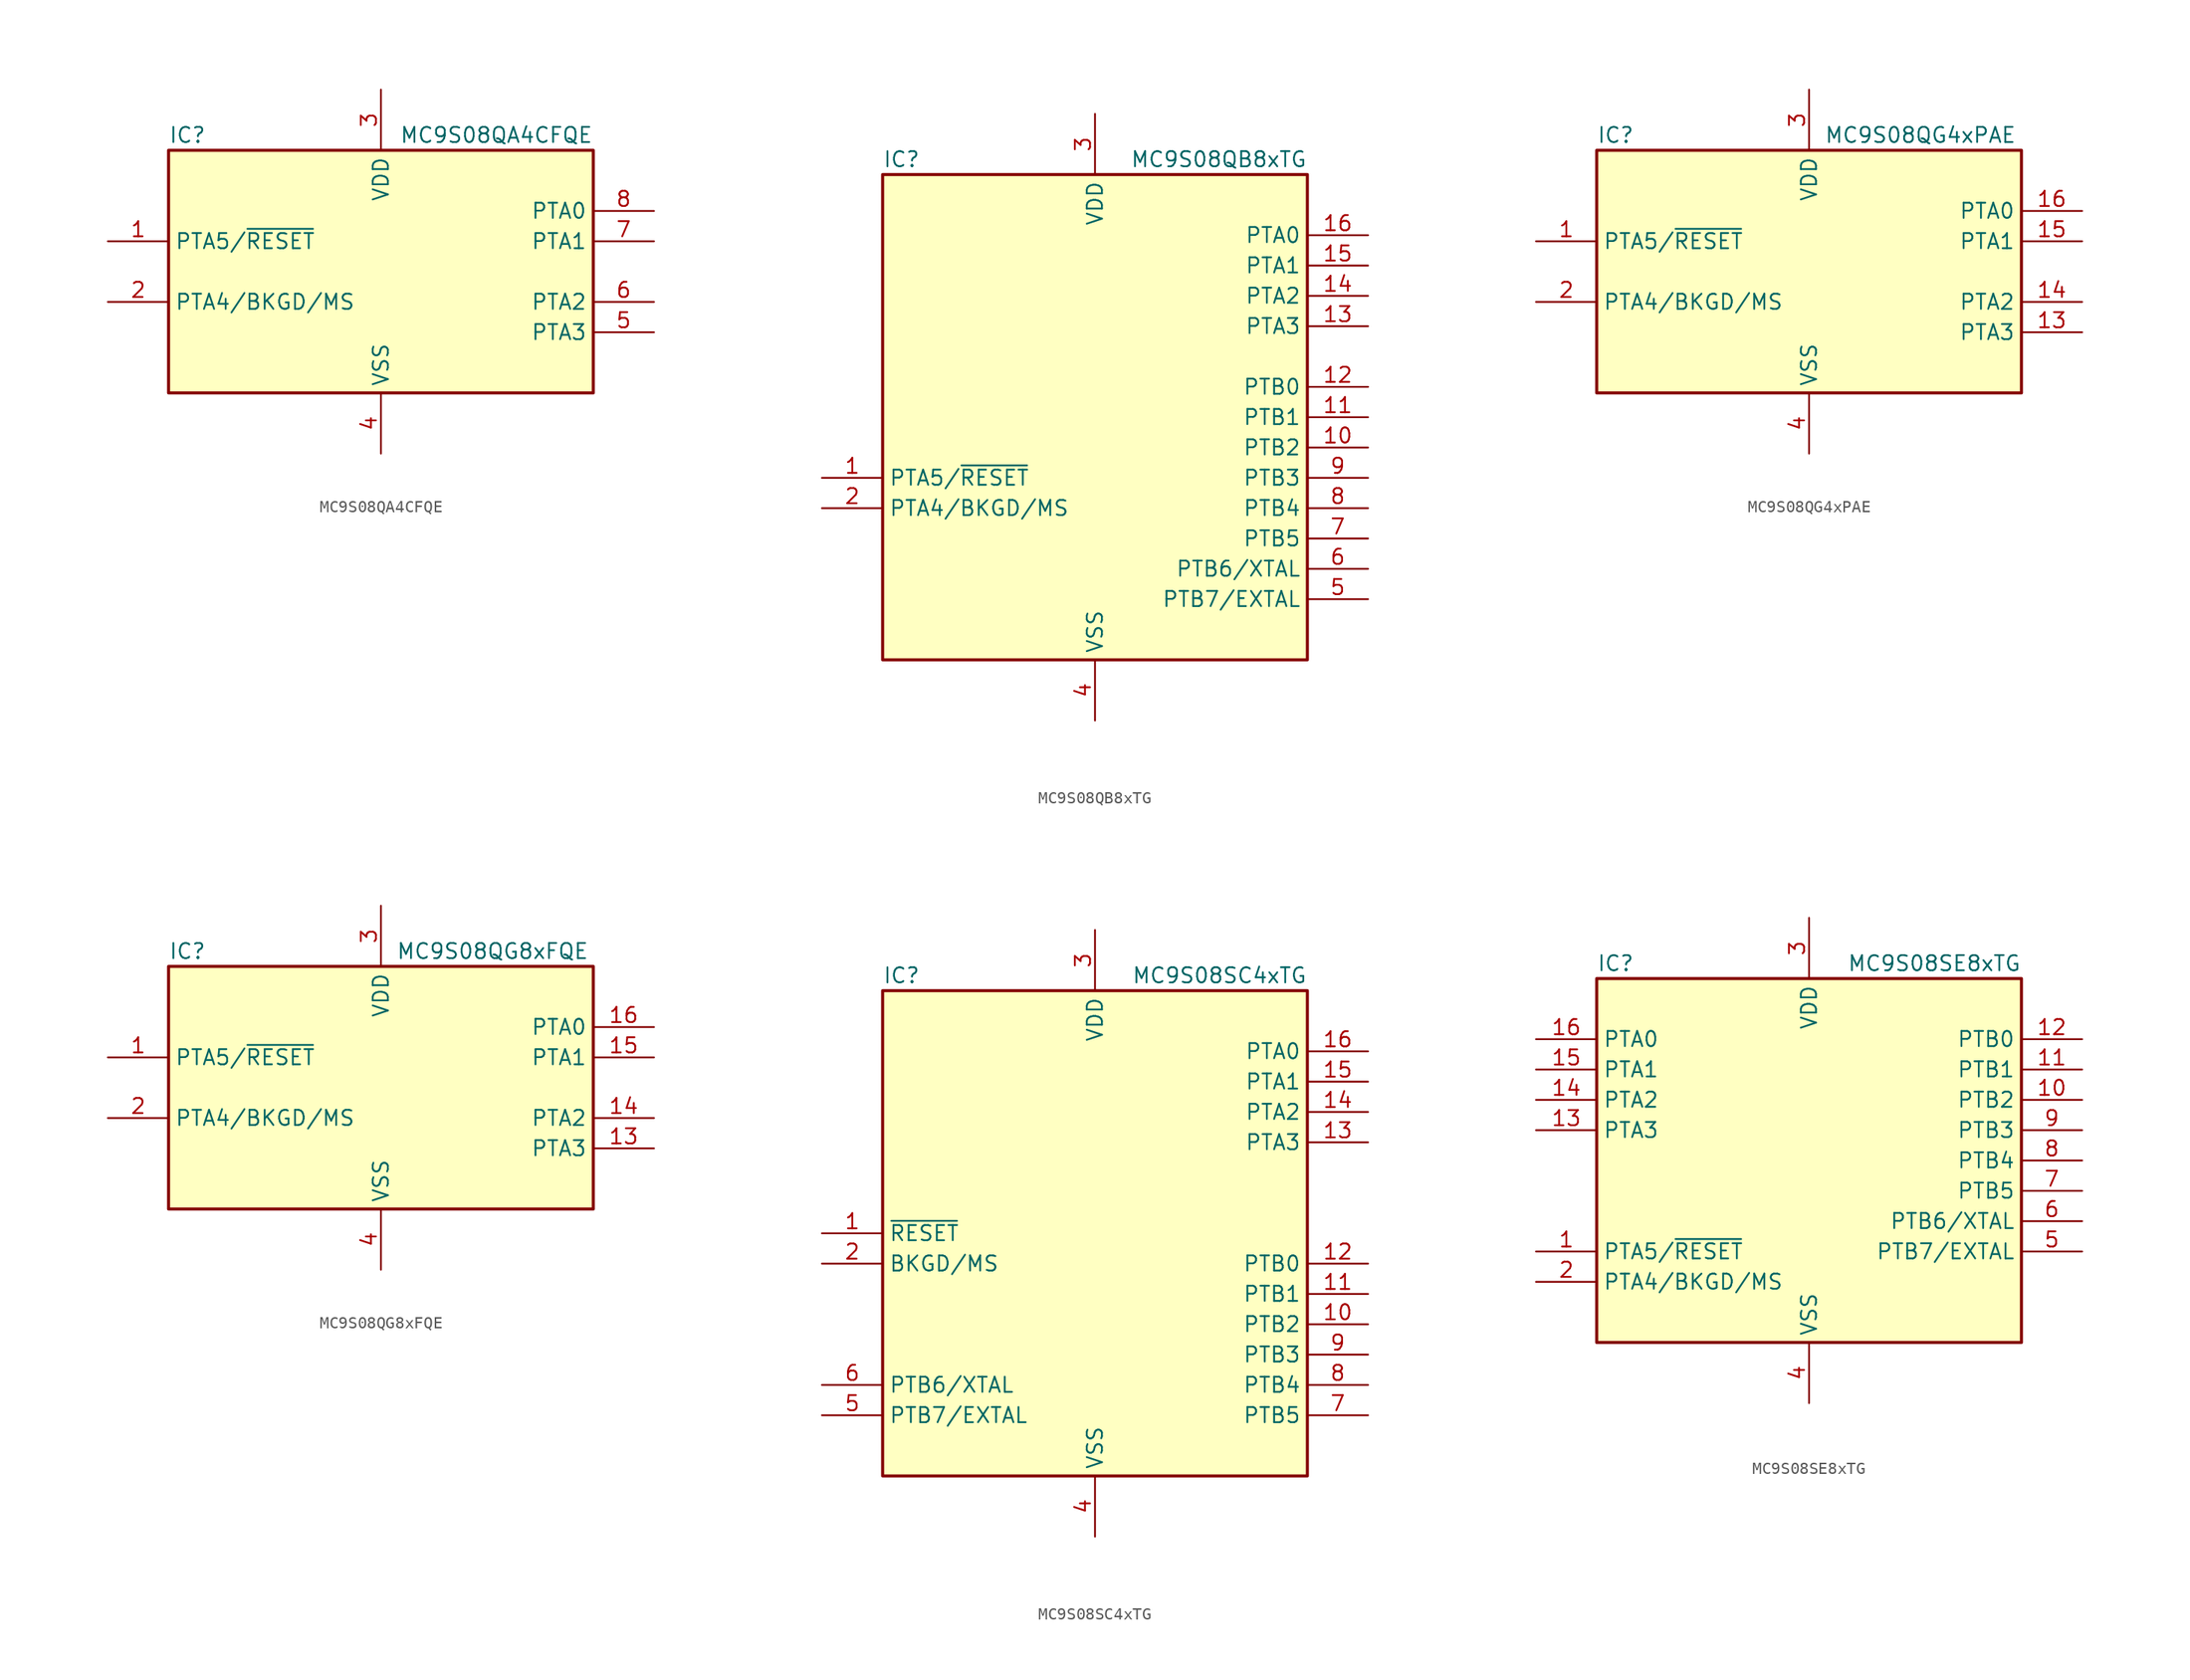
<source format=kicad_sym>
(kicad_symbol_lib
  (version 20201005)
  (generator kicad_symbol_editor)
  (symbol "MC9S08QA4CFQE"
    (property "Reference" "IC"
      (at -17.78 11.43 0)
      (effects (font (size 1.27 1.27)) (justify left)))
    (property "Value" "MC9S08QA4CFQE"
      (at 17.78 11.43 0)
      (effects (font (size 1.27 1.27)) (justify right)))
    (symbol "MC9S08QA4CFQE_0_1"
      (rectangle (start -17.78 10.16) (end 17.78 -10.16) (stroke (width 0.254)) (fill (type background))))
    (symbol "MC9S08QA4CFQE_1_1"
      (pin bidirectional line (at -22.86 2.54 0) (length 5.08) (name "PTA5/~RESET" (effects (font (size 1.27 1.27)))) (number "1" (effects (font (size 1.27 1.27)))))
      (pin bidirectional line (at -22.86 -2.54 0) (length 5.08) (name "PTA4/BKGD/MS" (effects (font (size 1.27 1.27)))) (number "2" (effects (font (size 1.27 1.27)))))
      (pin power_in line (at 0 15.24 270) (length 5.08) (name "VDD" (effects (font (size 1.27 1.27)))) (number "3" (effects (font (size 1.27 1.27)))))
      (pin power_in line (at 0 -15.24 90) (length 5.08) (name "VSS" (effects (font (size 1.27 1.27)))) (number "4" (effects (font (size 1.27 1.27)))))
      (pin bidirectional line (at 22.86 -5.08 180) (length 5.08) (name "PTA3" (effects (font (size 1.27 1.27)))) (number "5" (effects (font (size 1.27 1.27)))))
      (pin bidirectional line (at 22.86 -2.54 180) (length 5.08) (name "PTA2" (effects (font (size 1.27 1.27)))) (number "6" (effects (font (size 1.27 1.27)))))
      (pin bidirectional line (at 22.86 2.54 180) (length 5.08) (name "PTA1" (effects (font (size 1.27 1.27)))) (number "7" (effects (font (size 1.27 1.27)))))
      (pin bidirectional line (at 22.86 5.08 180) (length 5.08) (name "PTA0" (effects (font (size 1.27 1.27)))) (number "8" (effects (font (size 1.27 1.27)))))))
  (symbol "MC9S08QB8xTG"
    (property "Reference" "IC"
      (at -17.78 21.59 0)
      (effects (font (size 1.27 1.27)) (justify left)))
    (property "Value" "MC9S08QB8xTG"
      (at 17.78 21.59 0)
      (effects (font (size 1.27 1.27)) (justify right)))
    (symbol "MC9S08QB8xTG_0_1"
      (rectangle (start -17.78 20.32) (end 17.78 -20.32) (stroke (width 0.254)) (fill (type background))))
    (symbol "MC9S08QB8xTG_1_1"
      (pin bidirectional line (at -22.86 -5.08 0) (length 5.08) (name "PTA5/~RESET" (effects (font (size 1.27 1.27)))) (number "1" (effects (font (size 1.27 1.27)))))
      (pin bidirectional line (at 22.86 -2.54 180) (length 5.08) (name "PTB2" (effects (font (size 1.27 1.27)))) (number "10" (effects (font (size 1.27 1.27)))))
      (pin bidirectional line (at 22.86 0 180) (length 5.08) (name "PTB1" (effects (font (size 1.27 1.27)))) (number "11" (effects (font (size 1.27 1.27)))))
      (pin bidirectional line (at 22.86 2.54 180) (length 5.08) (name "PTB0" (effects (font (size 1.27 1.27)))) (number "12" (effects (font (size 1.27 1.27)))))
      (pin bidirectional line (at 22.86 7.62 180) (length 5.08) (name "PTA3" (effects (font (size 1.27 1.27)))) (number "13" (effects (font (size 1.27 1.27)))))
      (pin bidirectional line (at 22.86 10.16 180) (length 5.08) (name "PTA2" (effects (font (size 1.27 1.27)))) (number "14" (effects (font (size 1.27 1.27)))))
      (pin bidirectional line (at 22.86 12.7 180) (length 5.08) (name "PTA1" (effects (font (size 1.27 1.27)))) (number "15" (effects (font (size 1.27 1.27)))))
      (pin bidirectional line (at 22.86 15.24 180) (length 5.08) (name "PTA0" (effects (font (size 1.27 1.27)))) (number "16" (effects (font (size 1.27 1.27)))))
      (pin bidirectional line (at -22.86 -7.62 0) (length 5.08) (name "PTA4/BKGD/MS" (effects (font (size 1.27 1.27)))) (number "2" (effects (font (size 1.27 1.27)))))
      (pin power_in line (at 0 25.4 270) (length 5.08) (name "VDD" (effects (font (size 1.27 1.27)))) (number "3" (effects (font (size 1.27 1.27)))))
      (pin power_in line (at 0 -25.4 90) (length 5.08) (name "VSS" (effects (font (size 1.27 1.27)))) (number "4" (effects (font (size 1.27 1.27)))))
      (pin bidirectional line (at 22.86 -15.24 180) (length 5.08) (name "PTB7/EXTAL" (effects (font (size 1.27 1.27)))) (number "5" (effects (font (size 1.27 1.27)))))
      (pin bidirectional line (at 22.86 -12.7 180) (length 5.08) (name "PTB6/XTAL" (effects (font (size 1.27 1.27)))) (number "6" (effects (font (size 1.27 1.27)))))
      (pin bidirectional line (at 22.86 -10.16 180) (length 5.08) (name "PTB5" (effects (font (size 1.27 1.27)))) (number "7" (effects (font (size 1.27 1.27)))))
      (pin bidirectional line (at 22.86 -7.62 180) (length 5.08) (name "PTB4" (effects (font (size 1.27 1.27)))) (number "8" (effects (font (size 1.27 1.27)))))
      (pin bidirectional line (at 22.86 -5.08 180) (length 5.08) (name "PTB3" (effects (font (size 1.27 1.27)))) (number "9" (effects (font (size 1.27 1.27)))))))
  (symbol "MC9S08QG4xPAE"
    (property "Reference" "IC"
      (at -17.78 11.43 0)
      (effects (font (size 1.27 1.27)) (justify left)))
    (property "Value" "MC9S08QG4xPAE"
      (at 1.27 11.43 0)
      (effects (font (size 1.27 1.27)) (justify left)))
    (symbol "MC9S08QG4xPAE_0_1"
      (rectangle (start -17.78 10.16) (end 17.78 -10.16) (stroke (width 0.254)) (fill (type background))))
    (symbol "MC9S08QG4xPAE_1_1"
      (pin bidirectional line (at -22.86 2.54 0) (length 5.08) (name "PTA5/~RESET" (effects (font (size 1.27 1.27)))) (number "1" (effects (font (size 1.27 1.27)))))
      (pin bidirectional line (at 22.86 -5.08 180) (length 5.08) (name "PTA3" (effects (font (size 1.27 1.27)))) (number "13" (effects (font (size 1.27 1.27)))))
      (pin bidirectional line (at 22.86 -2.54 180) (length 5.08) (name "PTA2" (effects (font (size 1.27 1.27)))) (number "14" (effects (font (size 1.27 1.27)))))
      (pin bidirectional line (at 22.86 2.54 180) (length 5.08) (name "PTA1" (effects (font (size 1.27 1.27)))) (number "15" (effects (font (size 1.27 1.27)))))
      (pin bidirectional line (at 22.86 5.08 180) (length 5.08) (name "PTA0" (effects (font (size 1.27 1.27)))) (number "16" (effects (font (size 1.27 1.27)))))
      (pin bidirectional line (at -22.86 -2.54 0) (length 5.08) (name "PTA4/BKGD/MS" (effects (font (size 1.27 1.27)))) (number "2" (effects (font (size 1.27 1.27)))))
      (pin power_in line (at 0 15.24 270) (length 5.08) (name "VDD" (effects (font (size 1.27 1.27)))) (number "3" (effects (font (size 1.27 1.27)))))
      (pin power_in line (at 0 -15.24 90) (length 5.08) (name "VSS" (effects (font (size 1.27 1.27)))) (number "4" (effects (font (size 1.27 1.27)))))))
  (symbol "MC9S08QG8xFQE"
    (property "Reference" "IC"
      (at -17.78 11.43 0)
      (effects (font (size 1.27 1.27)) (justify left)))
    (property "Value" "MC9S08QG8xFQE"
      (at 1.27 11.43 0)
      (effects (font (size 1.27 1.27)) (justify left)))
    (symbol "MC9S08QG8xFQE_0_1"
      (rectangle (start -17.78 10.16) (end 17.78 -10.16) (stroke (width 0.254)) (fill (type background))))
    (symbol "MC9S08QG8xFQE_1_1"
      (pin bidirectional line (at -22.86 2.54 0) (length 5.08) (name "PTA5/~RESET" (effects (font (size 1.27 1.27)))) (number "1" (effects (font (size 1.27 1.27)))))
      (pin bidirectional line (at 22.86 -5.08 180) (length 5.08) (name "PTA3" (effects (font (size 1.27 1.27)))) (number "13" (effects (font (size 1.27 1.27)))))
      (pin bidirectional line (at 22.86 -2.54 180) (length 5.08) (name "PTA2" (effects (font (size 1.27 1.27)))) (number "14" (effects (font (size 1.27 1.27)))))
      (pin bidirectional line (at 22.86 2.54 180) (length 5.08) (name "PTA1" (effects (font (size 1.27 1.27)))) (number "15" (effects (font (size 1.27 1.27)))))
      (pin bidirectional line (at 22.86 5.08 180) (length 5.08) (name "PTA0" (effects (font (size 1.27 1.27)))) (number "16" (effects (font (size 1.27 1.27)))))
      (pin bidirectional line (at -22.86 -2.54 0) (length 5.08) (name "PTA4/BKGD/MS" (effects (font (size 1.27 1.27)))) (number "2" (effects (font (size 1.27 1.27)))))
      (pin power_in line (at 0 15.24 270) (length 5.08) (name "VDD" (effects (font (size 1.27 1.27)))) (number "3" (effects (font (size 1.27 1.27)))))
      (pin power_in line (at 0 -15.24 90) (length 5.08) (name "VSS" (effects (font (size 1.27 1.27)))) (number "4" (effects (font (size 1.27 1.27)))))))
  (symbol "MC9S08SC4xTG"
    (property "Reference" "IC"
      (at -17.78 21.59 0)
      (effects (font (size 1.27 1.27)) (justify left)))
    (property "Value" "MC9S08SC4xTG"
      (at 17.78 21.59 0)
      (effects (font (size 1.27 1.27)) (justify right)))
    (symbol "MC9S08SC4xTG_0_1"
      (rectangle (start -17.78 20.32) (end 17.78 -20.32) (stroke (width 0.254)) (fill (type background))))
    (symbol "MC9S08SC4xTG_1_1"
      (pin input line (at -22.86 0 0) (length 5.08) (name "~RESET" (effects (font (size 1.27 1.27)))) (number "1" (effects (font (size 1.27 1.27)))))
      (pin bidirectional line (at 22.86 -7.62 180) (length 5.08) (name "PTB2" (effects (font (size 1.27 1.27)))) (number "10" (effects (font (size 1.27 1.27)))))
      (pin bidirectional line (at 22.86 -5.08 180) (length 5.08) (name "PTB1" (effects (font (size 1.27 1.27)))) (number "11" (effects (font (size 1.27 1.27)))))
      (pin bidirectional line (at 22.86 -2.54 180) (length 5.08) (name "PTB0" (effects (font (size 1.27 1.27)))) (number "12" (effects (font (size 1.27 1.27)))))
      (pin bidirectional line (at 22.86 7.62 180) (length 5.08) (name "PTA3" (effects (font (size 1.27 1.27)))) (number "13" (effects (font (size 1.27 1.27)))))
      (pin bidirectional line (at 22.86 10.16 180) (length 5.08) (name "PTA2" (effects (font (size 1.27 1.27)))) (number "14" (effects (font (size 1.27 1.27)))))
      (pin bidirectional line (at 22.86 12.7 180) (length 5.08) (name "PTA1" (effects (font (size 1.27 1.27)))) (number "15" (effects (font (size 1.27 1.27)))))
      (pin bidirectional line (at 22.86 15.24 180) (length 5.08) (name "PTA0" (effects (font (size 1.27 1.27)))) (number "16" (effects (font (size 1.27 1.27)))))
      (pin bidirectional line (at -22.86 -2.54 0) (length 5.08) (name "BKGD/MS" (effects (font (size 1.27 1.27)))) (number "2" (effects (font (size 1.27 1.27)))))
      (pin power_in line (at 0 25.4 270) (length 5.08) (name "VDD" (effects (font (size 1.27 1.27)))) (number "3" (effects (font (size 1.27 1.27)))))
      (pin power_in line (at 0 -25.4 90) (length 5.08) (name "VSS" (effects (font (size 1.27 1.27)))) (number "4" (effects (font (size 1.27 1.27)))))
      (pin bidirectional line (at -22.86 -15.24 0) (length 5.08) (name "PTB7/EXTAL" (effects (font (size 1.27 1.27)))) (number "5" (effects (font (size 1.27 1.27)))))
      (pin bidirectional line (at -22.86 -12.7 0) (length 5.08) (name "PTB6/XTAL" (effects (font (size 1.27 1.27)))) (number "6" (effects (font (size 1.27 1.27)))))
      (pin bidirectional line (at 22.86 -15.24 180) (length 5.08) (name "PTB5" (effects (font (size 1.27 1.27)))) (number "7" (effects (font (size 1.27 1.27)))))
      (pin bidirectional line (at 22.86 -12.7 180) (length 5.08) (name "PTB4" (effects (font (size 1.27 1.27)))) (number "8" (effects (font (size 1.27 1.27)))))
      (pin bidirectional line (at 22.86 -10.16 180) (length 5.08) (name "PTB3" (effects (font (size 1.27 1.27)))) (number "9" (effects (font (size 1.27 1.27)))))))
  (symbol "MC9S08SE8xTG"
    (property "Reference" "IC"
      (at -17.78 16.51 0)
      (effects (font (size 1.27 1.27)) (justify left)))
    (property "Value" "MC9S08SE8xTG"
      (at 17.78 16.51 0)
      (effects (font (size 1.27 1.27)) (justify right)))
    (symbol "MC9S08SE8xTG_0_1"
      (rectangle (start -17.78 15.24) (end 17.78 -15.24) (stroke (width 0.254)) (fill (type background))))
    (symbol "MC9S08SE8xTG_1_1"
      (pin bidirectional line (at -22.86 -7.62 0) (length 5.08) (name "PTA5/~RESET" (effects (font (size 1.27 1.27)))) (number "1" (effects (font (size 1.27 1.27)))))
      (pin bidirectional line (at 22.86 5.08 180) (length 5.08) (name "PTB2" (effects (font (size 1.27 1.27)))) (number "10" (effects (font (size 1.27 1.27)))))
      (pin bidirectional line (at 22.86 7.62 180) (length 5.08) (name "PTB1" (effects (font (size 1.27 1.27)))) (number "11" (effects (font (size 1.27 1.27)))))
      (pin bidirectional line (at 22.86 10.16 180) (length 5.08) (name "PTB0" (effects (font (size 1.27 1.27)))) (number "12" (effects (font (size 1.27 1.27)))))
      (pin bidirectional line (at -22.86 2.54 0) (length 5.08) (name "PTA3" (effects (font (size 1.27 1.27)))) (number "13" (effects (font (size 1.27 1.27)))))
      (pin bidirectional line (at -22.86 5.08 0) (length 5.08) (name "PTA2" (effects (font (size 1.27 1.27)))) (number "14" (effects (font (size 1.27 1.27)))))
      (pin bidirectional line (at -22.86 7.62 0) (length 5.08) (name "PTA1" (effects (font (size 1.27 1.27)))) (number "15" (effects (font (size 1.27 1.27)))))
      (pin bidirectional line (at -22.86 10.16 0) (length 5.08) (name "PTA0" (effects (font (size 1.27 1.27)))) (number "16" (effects (font (size 1.27 1.27)))))
      (pin bidirectional line (at -22.86 -10.16 0) (length 5.08) (name "PTA4/BKGD/MS" (effects (font (size 1.27 1.27)))) (number "2" (effects (font (size 1.27 1.27)))))
      (pin power_in line (at 0 20.32 270) (length 5.08) (name "VDD" (effects (font (size 1.27 1.27)))) (number "3" (effects (font (size 1.27 1.27)))))
      (pin power_in line (at 0 -20.32 90) (length 5.08) (name "VSS" (effects (font (size 1.27 1.27)))) (number "4" (effects (font (size 1.27 1.27)))))
      (pin bidirectional line (at 22.86 -7.62 180) (length 5.08) (name "PTB7/EXTAL" (effects (font (size 1.27 1.27)))) (number "5" (effects (font (size 1.27 1.27)))))
      (pin bidirectional line (at 22.86 -5.08 180) (length 5.08) (name "PTB6/XTAL" (effects (font (size 1.27 1.27)))) (number "6" (effects (font (size 1.27 1.27)))))
      (pin bidirectional line (at 22.86 -2.54 180) (length 5.08) (name "PTB5" (effects (font (size 1.27 1.27)))) (number "7" (effects (font (size 1.27 1.27)))))
      (pin bidirectional line (at 22.86 0 180) (length 5.08) (name "PTB4" (effects (font (size 1.27 1.27)))) (number "8" (effects (font (size 1.27 1.27)))))
      (pin bidirectional line (at 22.86 2.54 180) (length 5.08) (name "PTB3" (effects (font (size 1.27 1.27)))) (number "9" (effects (font (size 1.27 1.27))))))))
</source>
